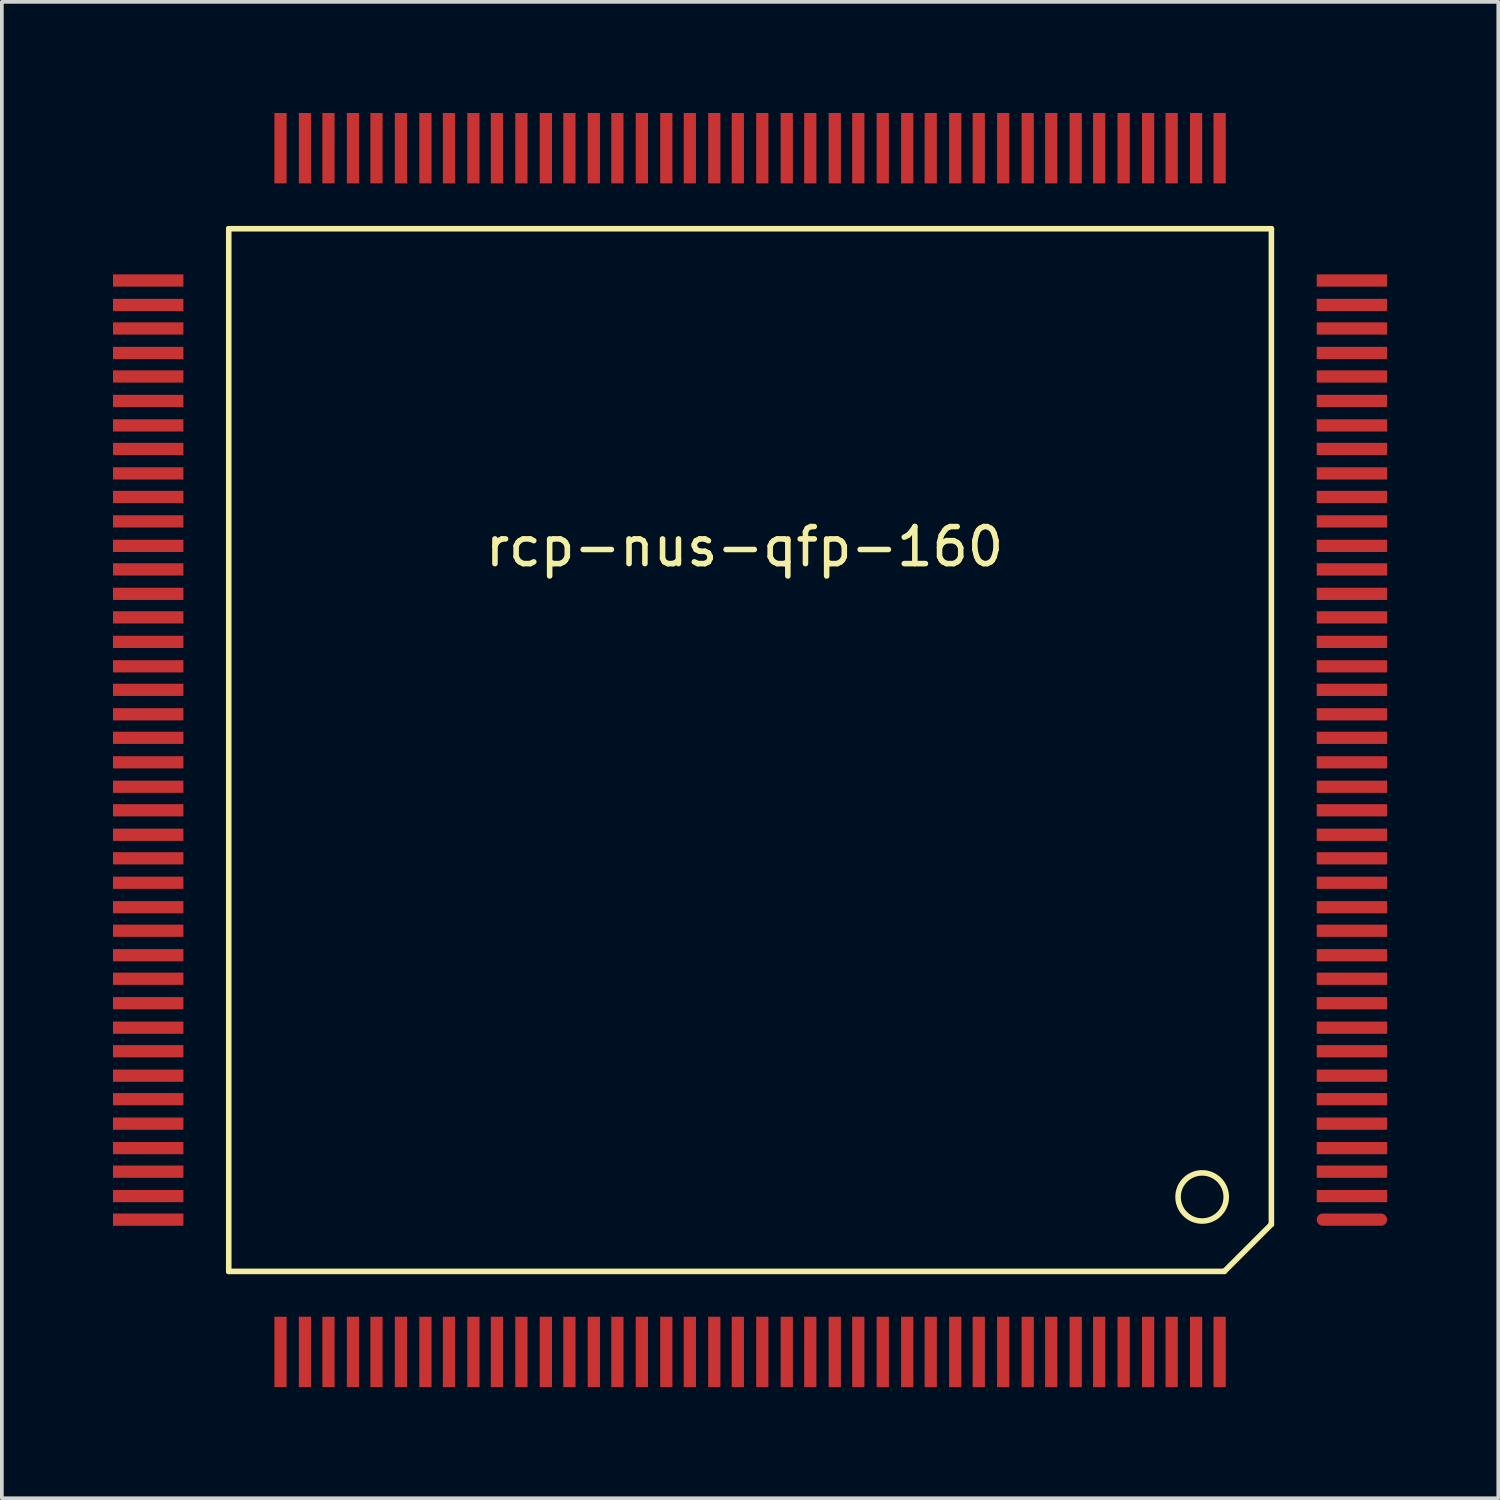
<source format=kicad_pcb>
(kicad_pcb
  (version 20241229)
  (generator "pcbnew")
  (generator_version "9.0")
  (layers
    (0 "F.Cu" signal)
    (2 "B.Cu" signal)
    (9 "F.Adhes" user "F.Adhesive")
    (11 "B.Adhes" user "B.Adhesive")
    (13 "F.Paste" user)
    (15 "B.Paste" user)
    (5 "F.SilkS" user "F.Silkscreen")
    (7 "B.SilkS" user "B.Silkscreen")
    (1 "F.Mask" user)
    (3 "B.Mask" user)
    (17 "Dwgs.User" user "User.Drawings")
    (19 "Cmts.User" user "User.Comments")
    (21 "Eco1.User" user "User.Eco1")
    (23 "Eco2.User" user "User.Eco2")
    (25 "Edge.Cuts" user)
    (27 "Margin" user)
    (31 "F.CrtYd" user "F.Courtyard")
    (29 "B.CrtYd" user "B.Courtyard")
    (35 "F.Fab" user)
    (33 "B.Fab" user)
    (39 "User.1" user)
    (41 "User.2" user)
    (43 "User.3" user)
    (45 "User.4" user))
  (footprint "rcp-nus-qfp-160"
    (layer "F.Cu")
    (at 30.048 31.208)
    (property "Reference" "rcp-nus-qfp-160" (at -13 -19.5 0) (layer "F.SilkS") (effects (font (size 1 1) (thickness 0.15))))
    (attr smd)
    (fp_line (start -26.924 -28.084) (end -26.924 0.059) (stroke (width 0.15) (type solid)) (layer "F.SilkS"))
    (fp_line (start -26.924 0.059) (end -0.051 0.059) (stroke (width 0.15) (type solid)) (layer "F.SilkS"))
    (fp_line (start 1.219 -28.084) (end -26.924 -28.084) (stroke (width 0.15) (type solid)) (layer "F.SilkS"))
    (fp_line (start 1.219 -1.211) (end -0.051 0.059) (stroke (width 0.15) (type solid)) (layer "F.SilkS"))
    (fp_line (start 1.219 -1.211) (end 1.219 -28.084) (stroke (width 0.15) (type solid)) (layer "F.SilkS"))
    (fp_circle (center -0.65 -1.95) (end -1.3 -1.95) (stroke (width 0.15) (type solid)) (fill no) (layer "F.SilkS"))
    (pad "1" smd oval (at 3.393 -1.338 270) (size 0.33 1.9) (layers "F.Cu" "F.Mask" "F.Paste"))
    (pad "2" smd rect (at 3.393 -1.973 270) (size 0.33 1.9) (layers "F.Cu" "F.Mask" "F.Paste"))
    (pad "3" smd rect (at 3.393 -2.633 270) (size 0.33 1.9) (layers "F.Cu" "F.Mask" "F.Paste"))
    (pad "4" smd rect (at 3.393 -3.268 270) (size 0.33 1.9) (layers "F.Cu" "F.Mask" "F.Paste"))
    (pad "5" smd rect (at 3.393 -3.929 270) (size 0.33 1.9) (layers "F.Cu" "F.Mask" "F.Paste"))
    (pad "6" smd rect (at 3.393 -4.589 270) (size 0.33 1.9) (layers "F.Cu" "F.Mask" "F.Paste"))
    (pad "7" smd rect (at 3.393 -5.224 270) (size 0.33 1.9) (layers "F.Cu" "F.Mask" "F.Paste"))
    (pad "8" smd rect (at 3.393 -5.884 270) (size 0.33 1.9) (layers "F.Cu" "F.Mask" "F.Paste"))
    (pad "9" smd rect (at 3.393 -6.519 270) (size 0.33 1.9) (layers "F.Cu" "F.Mask" "F.Paste"))
    (pad "10" smd rect (at 3.393 -7.18 270) (size 0.33 1.9) (layers "F.Cu" "F.Mask" "F.Paste"))
    (pad "11" smd rect (at 3.393 -7.84 270) (size 0.33 1.9) (layers "F.Cu" "F.Mask" "F.Paste"))
    (pad "12" smd rect (at 3.393 -8.475 270) (size 0.33 1.9) (layers "F.Cu" "F.Mask" "F.Paste"))
    (pad "13" smd rect (at 3.393 -9.136 270) (size 0.33 1.9) (layers "F.Cu" "F.Mask" "F.Paste"))
    (pad "14" smd rect (at 3.393 -9.771 270) (size 0.33 1.9) (layers "F.Cu" "F.Mask" "F.Paste"))
    (pad "15" smd rect (at 3.393 -10.431 270) (size 0.33 1.9) (layers "F.Cu" "F.Mask" "F.Paste"))
    (pad "16" smd rect (at 3.393 -11.091 270) (size 0.33 1.9) (layers "F.Cu" "F.Mask" "F.Paste"))
    (pad "17" smd rect (at 3.393 -11.726 270) (size 0.33 1.9) (layers "F.Cu" "F.Mask" "F.Paste"))
    (pad "18" smd rect (at 3.393 -12.387 270) (size 0.33 1.9) (layers "F.Cu" "F.Mask" "F.Paste"))
    (pad "19" smd rect (at 3.393 -13.022 270) (size 0.33 1.9) (layers "F.Cu" "F.Mask" "F.Paste"))
    (pad "20" smd rect (at 3.393 -13.682 270) (size 0.33 1.9) (layers "F.Cu" "F.Mask" "F.Paste"))
    (pad "21" smd rect (at 3.393 -14.343 270) (size 0.33 1.9) (layers "F.Cu" "F.Mask" "F.Paste"))
    (pad "22" smd rect (at 3.393 -14.978 270) (size 0.33 1.9) (layers "F.Cu" "F.Mask" "F.Paste"))
    (pad "23" smd rect (at 3.393 -15.638 270) (size 0.33 1.9) (layers "F.Cu" "F.Mask" "F.Paste"))
    (pad "24" smd rect (at 3.393 -16.273 270) (size 0.33 1.9) (layers "F.Cu" "F.Mask" "F.Paste"))
    (pad "25" smd rect (at 3.393 -16.933 270) (size 0.33 1.9) (layers "F.Cu" "F.Mask" "F.Paste"))
    (pad "26" smd rect (at 3.393 -17.594 270) (size 0.33 1.9) (layers "F.Cu" "F.Mask" "F.Paste"))
    (pad "27" smd rect (at 3.393 -18.229 270) (size 0.33 1.9) (layers "F.Cu" "F.Mask" "F.Paste"))
    (pad "28" smd rect (at 3.393 -18.889 270) (size 0.33 1.9) (layers "F.Cu" "F.Mask" "F.Paste"))
    (pad "29" smd rect (at 3.393 -19.524 270) (size 0.33 1.9) (layers "F.Cu" "F.Mask" "F.Paste"))
    (pad "30" smd rect (at 3.393 -20.185 270) (size 0.33 1.9) (layers "F.Cu" "F.Mask" "F.Paste"))
    (pad "31" smd rect (at 3.393 -20.845 270) (size 0.33 1.9) (layers "F.Cu" "F.Mask" "F.Paste"))
    (pad "32" smd rect (at 3.393 -21.48 270) (size 0.33 1.9) (layers "F.Cu" "F.Mask" "F.Paste"))
    (pad "33" smd rect (at 3.393 -22.14 270) (size 0.33 1.9) (layers "F.Cu" "F.Mask" "F.Paste"))
    (pad "34" smd rect (at 3.393 -22.775 270) (size 0.33 1.9) (layers "F.Cu" "F.Mask" "F.Paste"))
    (pad "35" smd rect (at 3.393 -23.436 270) (size 0.33 1.9) (layers "F.Cu" "F.Mask" "F.Paste"))
    (pad "36" smd rect (at 3.393 -24.096 270) (size 0.33 1.9) (layers "F.Cu" "F.Mask" "F.Paste"))
    (pad "37" smd rect (at 3.393 -24.731 270) (size 0.33 1.9) (layers "F.Cu" "F.Mask" "F.Paste"))
    (pad "38" smd rect (at 3.393 -25.392 270) (size 0.33 1.9) (layers "F.Cu" "F.Mask" "F.Paste"))
    (pad "39" smd rect (at 3.393 -26.027 270) (size 0.33 1.9) (layers "F.Cu" "F.Mask" "F.Paste"))
    (pad "40" smd rect (at 3.393 -26.687 270) (size 0.33 1.9) (layers "F.Cu" "F.Mask" "F.Paste"))
    (pad "41" smd rect (at -0.178 -30.258 270) (size 1.9 0.33) (layers "F.Cu" "F.Mask" "F.Paste"))
    (pad "42" smd rect (at -0.813 -30.258 270) (size 1.9 0.33) (layers "F.Cu" "F.Mask" "F.Paste"))
    (pad "43" smd rect (at -1.473 -30.258 270) (size 1.9 0.33) (layers "F.Cu" "F.Mask" "F.Paste"))
    (pad "44" smd rect (at -2.108 -30.258 270) (size 1.9 0.33) (layers "F.Cu" "F.Mask" "F.Paste"))
    (pad "45" smd rect (at -2.769 -30.258 270) (size 1.9 0.33) (layers "F.Cu" "F.Mask" "F.Paste"))
    (pad "46" smd rect (at -3.429 -30.258 270) (size 1.9 0.33) (layers "F.Cu" "F.Mask" "F.Paste"))
    (pad "47" smd rect (at -4.064 -30.258 270) (size 1.9 0.33) (layers "F.Cu" "F.Mask" "F.Paste"))
    (pad "48" smd rect (at -4.724 -30.258 270) (size 1.9 0.33) (layers "F.Cu" "F.Mask" "F.Paste"))
    (pad "49" smd rect (at -5.359 -30.258 270) (size 1.9 0.33) (layers "F.Cu" "F.Mask" "F.Paste"))
    (pad "50" smd rect (at -6.02 -30.258 270) (size 1.9 0.33) (layers "F.Cu" "F.Mask" "F.Paste"))
    (pad "51" smd rect (at -6.68 -30.258 270) (size 1.9 0.33) (layers "F.Cu" "F.Mask" "F.Paste"))
    (pad "52" smd rect (at -7.315 -30.258 270) (size 1.9 0.33) (layers "F.Cu" "F.Mask" "F.Paste"))
    (pad "53" smd rect (at -7.976 -30.258 270) (size 1.9 0.33) (layers "F.Cu" "F.Mask" "F.Paste"))
    (pad "54" smd rect (at -8.611 -30.258 270) (size 1.9 0.33) (layers "F.Cu" "F.Mask" "F.Paste"))
    (pad "55" smd rect (at -9.271 -30.258 270) (size 1.9 0.33) (layers "F.Cu" "F.Mask" "F.Paste"))
    (pad "56" smd rect (at -9.931 -30.258 270) (size 1.9 0.33) (layers "F.Cu" "F.Mask" "F.Paste"))
    (pad "57" smd rect (at -10.566 -30.258 270) (size 1.9 0.33) (layers "F.Cu" "F.Mask" "F.Paste"))
    (pad "58" smd rect (at -11.227 -30.258 270) (size 1.9 0.33) (layers "F.Cu" "F.Mask" "F.Paste"))
    (pad "59" smd rect (at -11.862 -30.258 270) (size 1.9 0.33) (layers "F.Cu" "F.Mask" "F.Paste"))
    (pad "60" smd rect (at -12.522 -30.258 270) (size 1.9 0.33) (layers "F.Cu" "F.Mask" "F.Paste"))
    (pad "61" smd rect (at -13.183 -30.258 270) (size 1.9 0.33) (layers "F.Cu" "F.Mask" "F.Paste"))
    (pad "62" smd rect (at -13.818 -30.258 270) (size 1.9 0.33) (layers "F.Cu" "F.Mask" "F.Paste"))
    (pad "63" smd rect (at -14.478 -30.258 270) (size 1.9 0.33) (layers "F.Cu" "F.Mask" "F.Paste"))
    (pad "64" smd rect (at -15.113 -30.258 270) (size 1.9 0.33) (layers "F.Cu" "F.Mask" "F.Paste"))
    (pad "65" smd rect (at -15.773 -30.258 270) (size 1.9 0.33) (layers "F.Cu" "F.Mask" "F.Paste"))
    (pad "66" smd rect (at -16.434 -30.258 270) (size 1.9 0.33) (layers "F.Cu" "F.Mask" "F.Paste"))
    (pad "67" smd rect (at -17.069 -30.258 270) (size 1.9 0.33) (layers "F.Cu" "F.Mask" "F.Paste"))
    (pad "68" smd rect (at -17.729 -30.258 270) (size 1.9 0.33) (layers "F.Cu" "F.Mask" "F.Paste"))
    (pad "69" smd rect (at -18.364 -30.258 270) (size 1.9 0.33) (layers "F.Cu" "F.Mask" "F.Paste"))
    (pad "70" smd rect (at -19.025 -30.258 270) (size 1.9 0.33) (layers "F.Cu" "F.Mask" "F.Paste"))
    (pad "71" smd rect (at -19.685 -30.258 270) (size 1.9 0.33) (layers "F.Cu" "F.Mask" "F.Paste"))
    (pad "72" smd rect (at -20.32 -30.258 270) (size 1.9 0.33) (layers "F.Cu" "F.Mask" "F.Paste"))
    (pad "73" smd rect (at -20.98 -30.258 270) (size 1.9 0.33) (layers "F.Cu" "F.Mask" "F.Paste"))
    (pad "74" smd rect (at -21.615 -30.258 270) (size 1.9 0.33) (layers "F.Cu" "F.Mask" "F.Paste"))
    (pad "75" smd rect (at -22.276 -30.258 270) (size 1.9 0.33) (layers "F.Cu" "F.Mask" "F.Paste"))
    (pad "76" smd rect (at -22.936 -30.258 270) (size 1.9 0.33) (layers "F.Cu" "F.Mask" "F.Paste"))
    (pad "77" smd rect (at -23.571 -30.258 270) (size 1.9 0.33) (layers "F.Cu" "F.Mask" "F.Paste"))
    (pad "78" smd rect (at -24.232 -30.258 270) (size 1.9 0.33) (layers "F.Cu" "F.Mask" "F.Paste"))
    (pad "79" smd rect (at -24.867 -30.258 270) (size 1.9 0.33) (layers "F.Cu" "F.Mask" "F.Paste"))
    (pad "80" smd rect (at -25.527 -30.258 270) (size 1.9 0.33) (layers "F.Cu" "F.Mask" "F.Paste"))
    (pad "81" smd rect (at -29.098 -26.687 270) (size 0.33 1.9) (layers "F.Cu" "F.Mask" "F.Paste"))
    (pad "82" smd rect (at -29.098 -26.027 270) (size 0.33 1.9) (layers "F.Cu" "F.Mask" "F.Paste"))
    (pad "83" smd rect (at -29.098 -25.392 270) (size 0.33 1.9) (layers "F.Cu" "F.Mask" "F.Paste"))
    (pad "84" smd rect (at -29.098 -24.731 270) (size 0.33 1.9) (layers "F.Cu" "F.Mask" "F.Paste"))
    (pad "85" smd rect (at -29.098 -24.096 270) (size 0.33 1.9) (layers "F.Cu" "F.Mask" "F.Paste"))
    (pad "86" smd rect (at -29.098 -23.436 270) (size 0.33 1.9) (layers "F.Cu" "F.Mask" "F.Paste"))
    (pad "87" smd rect (at -29.098 -22.775 270) (size 0.33 1.9) (layers "F.Cu" "F.Mask" "F.Paste"))
    (pad "88" smd rect (at -29.098 -22.14 270) (size 0.33 1.9) (layers "F.Cu" "F.Mask" "F.Paste"))
    (pad "89" smd rect (at -29.098 -21.48 270) (size 0.33 1.9) (layers "F.Cu" "F.Mask" "F.Paste"))
    (pad "90" smd rect (at -29.098 -20.845 270) (size 0.33 1.9) (layers "F.Cu" "F.Mask" "F.Paste"))
    (pad "91" smd rect (at -29.098 -20.185 270) (size 0.33 1.9) (layers "F.Cu" "F.Mask" "F.Paste"))
    (pad "92" smd rect (at -29.098 -19.524 270) (size 0.33 1.9) (layers "F.Cu" "F.Mask" "F.Paste"))
    (pad "93" smd rect (at -29.098 -18.889 270) (size 0.33 1.9) (layers "F.Cu" "F.Mask" "F.Paste"))
    (pad "94" smd rect (at -29.098 -18.229 270) (size 0.33 1.9) (layers "F.Cu" "F.Mask" "F.Paste"))
    (pad "95" smd rect (at -29.098 -17.594 270) (size 0.33 1.9) (layers "F.Cu" "F.Mask" "F.Paste"))
    (pad "96" smd rect (at -29.098 -16.933 270) (size 0.33 1.9) (layers "F.Cu" "F.Mask" "F.Paste"))
    (pad "97" smd rect (at -29.098 -16.273 270) (size 0.33 1.9) (layers "F.Cu" "F.Mask" "F.Paste"))
    (pad "98" smd rect (at -29.098 -15.638 270) (size 0.33 1.9) (layers "F.Cu" "F.Mask" "F.Paste"))
    (pad "99" smd rect (at -29.098 -14.978 270) (size 0.33 1.9) (layers "F.Cu" "F.Mask" "F.Paste"))
    (pad "100" smd rect (at -29.098 -14.343 270) (size 0.33 1.9) (layers "F.Cu" "F.Mask" "F.Paste"))
    (pad "101" smd rect (at -29.098 -13.682 270) (size 0.33 1.9) (layers "F.Cu" "F.Mask" "F.Paste"))
    (pad "102" smd rect (at -29.098 -13.022 270) (size 0.33 1.9) (layers "F.Cu" "F.Mask" "F.Paste"))
    (pad "103" smd rect (at -29.098 -12.387 270) (size 0.33 1.9) (layers "F.Cu" "F.Mask" "F.Paste"))
    (pad "104" smd rect (at -29.098 -11.726 270) (size 0.33 1.9) (layers "F.Cu" "F.Mask" "F.Paste"))
    (pad "105" smd rect (at -29.098 -11.091 270) (size 0.33 1.9) (layers "F.Cu" "F.Mask" "F.Paste"))
    (pad "106" smd rect (at -29.098 -10.431 270) (size 0.33 1.9) (layers "F.Cu" "F.Mask" "F.Paste"))
    (pad "107" smd rect (at -29.098 -9.771 270) (size 0.33 1.9) (layers "F.Cu" "F.Mask" "F.Paste"))
    (pad "108" smd rect (at -29.098 -9.136 270) (size 0.33 1.9) (layers "F.Cu" "F.Mask" "F.Paste"))
    (pad "109" smd rect (at -29.098 -8.475 270) (size 0.33 1.9) (layers "F.Cu" "F.Mask" "F.Paste"))
    (pad "110" smd rect (at -29.098 -7.84 270) (size 0.33 1.9) (layers "F.Cu" "F.Mask" "F.Paste"))
    (pad "111" smd rect (at -29.098 -7.18 270) (size 0.33 1.9) (layers "F.Cu" "F.Mask" "F.Paste"))
    (pad "112" smd rect (at -29.098 -6.519 270) (size 0.33 1.9) (layers "F.Cu" "F.Mask" "F.Paste"))
    (pad "113" smd rect (at -29.098 -5.884 270) (size 0.33 1.9) (layers "F.Cu" "F.Mask" "F.Paste"))
    (pad "114" smd rect (at -29.098 -5.224 270) (size 0.33 1.9) (layers "F.Cu" "F.Mask" "F.Paste"))
    (pad "115" smd rect (at -29.098 -4.589 270) (size 0.33 1.9) (layers "F.Cu" "F.Mask" "F.Paste"))
    (pad "116" smd rect (at -29.098 -3.929 270) (size 0.33 1.9) (layers "F.Cu" "F.Mask" "F.Paste"))
    (pad "117" smd rect (at -29.098 -3.268 270) (size 0.33 1.9) (layers "F.Cu" "F.Mask" "F.Paste"))
    (pad "118" smd rect (at -29.098 -2.633 270) (size 0.33 1.9) (layers "F.Cu" "F.Mask" "F.Paste"))
    (pad "119" smd rect (at -29.098 -1.973 270) (size 0.33 1.9) (layers "F.Cu" "F.Mask" "F.Paste"))
    (pad "120" smd rect (at -29.098 -1.338 270) (size 0.33 1.9) (layers "F.Cu" "F.Mask" "F.Paste"))
    (pad "121" smd rect (at -25.527 2.233 270) (size 1.9 0.33) (layers "F.Cu" "F.Mask" "F.Paste"))
    (pad "122" smd rect (at -24.867 2.233 270) (size 1.9 0.33) (layers "F.Cu" "F.Mask" "F.Paste"))
    (pad "123" smd rect (at -24.232 2.233 270) (size 1.9 0.33) (layers "F.Cu" "F.Mask" "F.Paste"))
    (pad "124" smd rect (at -23.571 2.233 270) (size 1.9 0.33) (layers "F.Cu" "F.Mask" "F.Paste"))
    (pad "125" smd rect (at -22.936 2.233 270) (size 1.9 0.33) (layers "F.Cu" "F.Mask" "F.Paste"))
    (pad "126" smd rect (at -22.276 2.233 270) (size 1.9 0.33) (layers "F.Cu" "F.Mask" "F.Paste"))
    (pad "127" smd rect (at -21.615 2.233 270) (size 1.9 0.33) (layers "F.Cu" "F.Mask" "F.Paste"))
    (pad "128" smd rect (at -20.98 2.233 270) (size 1.9 0.33) (layers "F.Cu" "F.Mask" "F.Paste"))
    (pad "129" smd rect (at -20.32 2.233 270) (size 1.9 0.33) (layers "F.Cu" "F.Mask" "F.Paste"))
    (pad "130" smd rect (at -19.685 2.233 270) (size 1.9 0.33) (layers "F.Cu" "F.Mask" "F.Paste"))
    (pad "131" smd rect (at -19.025 2.233 270) (size 1.9 0.33) (layers "F.Cu" "F.Mask" "F.Paste"))
    (pad "132" smd rect (at -18.364 2.233 270) (size 1.9 0.33) (layers "F.Cu" "F.Mask" "F.Paste"))
    (pad "133" smd rect (at -17.729 2.233 270) (size 1.9 0.33) (layers "F.Cu" "F.Mask" "F.Paste"))
    (pad "134" smd rect (at -17.069 2.233 270) (size 1.9 0.33) (layers "F.Cu" "F.Mask" "F.Paste"))
    (pad "135" smd rect (at -16.434 2.233 270) (size 1.9 0.33) (layers "F.Cu" "F.Mask" "F.Paste"))
    (pad "136" smd rect (at -15.773 2.233 270) (size 1.9 0.33) (layers "F.Cu" "F.Mask" "F.Paste"))
    (pad "137" smd rect (at -15.113 2.233 270) (size 1.9 0.33) (layers "F.Cu" "F.Mask" "F.Paste"))
    (pad "138" smd rect (at -14.478 2.233 270) (size 1.9 0.33) (layers "F.Cu" "F.Mask" "F.Paste"))
    (pad "139" smd rect (at -13.818 2.233 270) (size 1.9 0.33) (layers "F.Cu" "F.Mask" "F.Paste"))
    (pad "140" smd rect (at -13.183 2.233 270) (size 1.9 0.33) (layers "F.Cu" "F.Mask" "F.Paste"))
    (pad "141" smd rect (at -12.522 2.233 270) (size 1.9 0.33) (layers "F.Cu" "F.Mask" "F.Paste"))
    (pad "142" smd rect (at -11.862 2.233 270) (size 1.9 0.33) (layers "F.Cu" "F.Mask" "F.Paste"))
    (pad "143" smd rect (at -11.227 2.233 270) (size 1.9 0.33) (layers "F.Cu" "F.Mask" "F.Paste"))
    (pad "144" smd rect (at -10.566 2.233 270) (size 1.9 0.33) (layers "F.Cu" "F.Mask" "F.Paste"))
    (pad "145" smd rect (at -9.931 2.233 270) (size 1.9 0.33) (layers "F.Cu" "F.Mask" "F.Paste"))
    (pad "146" smd rect (at -9.271 2.233 270) (size 1.9 0.33) (layers "F.Cu" "F.Mask" "F.Paste"))
    (pad "147" smd rect (at -8.611 2.233 270) (size 1.9 0.33) (layers "F.Cu" "F.Mask" "F.Paste"))
    (pad "148" smd rect (at -7.976 2.233 270) (size 1.9 0.33) (layers "F.Cu" "F.Mask" "F.Paste"))
    (pad "149" smd rect (at -7.315 2.233 270) (size 1.9 0.33) (layers "F.Cu" "F.Mask" "F.Paste"))
    (pad "150" smd rect (at -6.68 2.233 270) (size 1.9 0.33) (layers "F.Cu" "F.Mask" "F.Paste"))
    (pad "151" smd rect (at -6.02 2.233 270) (size 1.9 0.33) (layers "F.Cu" "F.Mask" "F.Paste"))
    (pad "152" smd rect (at -5.359 2.233 270) (size 1.9 0.33) (layers "F.Cu" "F.Mask" "F.Paste"))
    (pad "153" smd rect (at -4.724 2.233 270) (size 1.9 0.33) (layers "F.Cu" "F.Mask" "F.Paste"))
    (pad "154" smd rect (at -4.064 2.233 270) (size 1.9 0.33) (layers "F.Cu" "F.Mask" "F.Paste"))
    (pad "155" smd rect (at -3.429 2.233 270) (size 1.9 0.33) (layers "F.Cu" "F.Mask" "F.Paste"))
    (pad "156" smd rect (at -2.769 2.233 270) (size 1.9 0.33) (layers "F.Cu" "F.Mask" "F.Paste"))
    (pad "157" smd rect (at -2.108 2.233 270) (size 1.9 0.33) (layers "F.Cu" "F.Mask" "F.Paste"))
    (pad "158" smd rect (at -1.473 2.233 270) (size 1.9 0.33) (layers "F.Cu" "F.Mask" "F.Paste"))
    (pad "159" smd rect (at -0.813 2.233 270) (size 1.9 0.33) (layers "F.Cu" "F.Mask" "F.Paste"))
    (pad "160" smd rect (at -0.178 2.233 270) (size 1.9 0.33) (layers "F.Cu" "F.Mask" "F.Paste")))
  (gr_rect
    (start -3 -3)
    (end 37.391 37.391)
    (stroke (width 0.1) (type default))
    (fill no)
    (layer "Edge.Cuts")))
</source>
